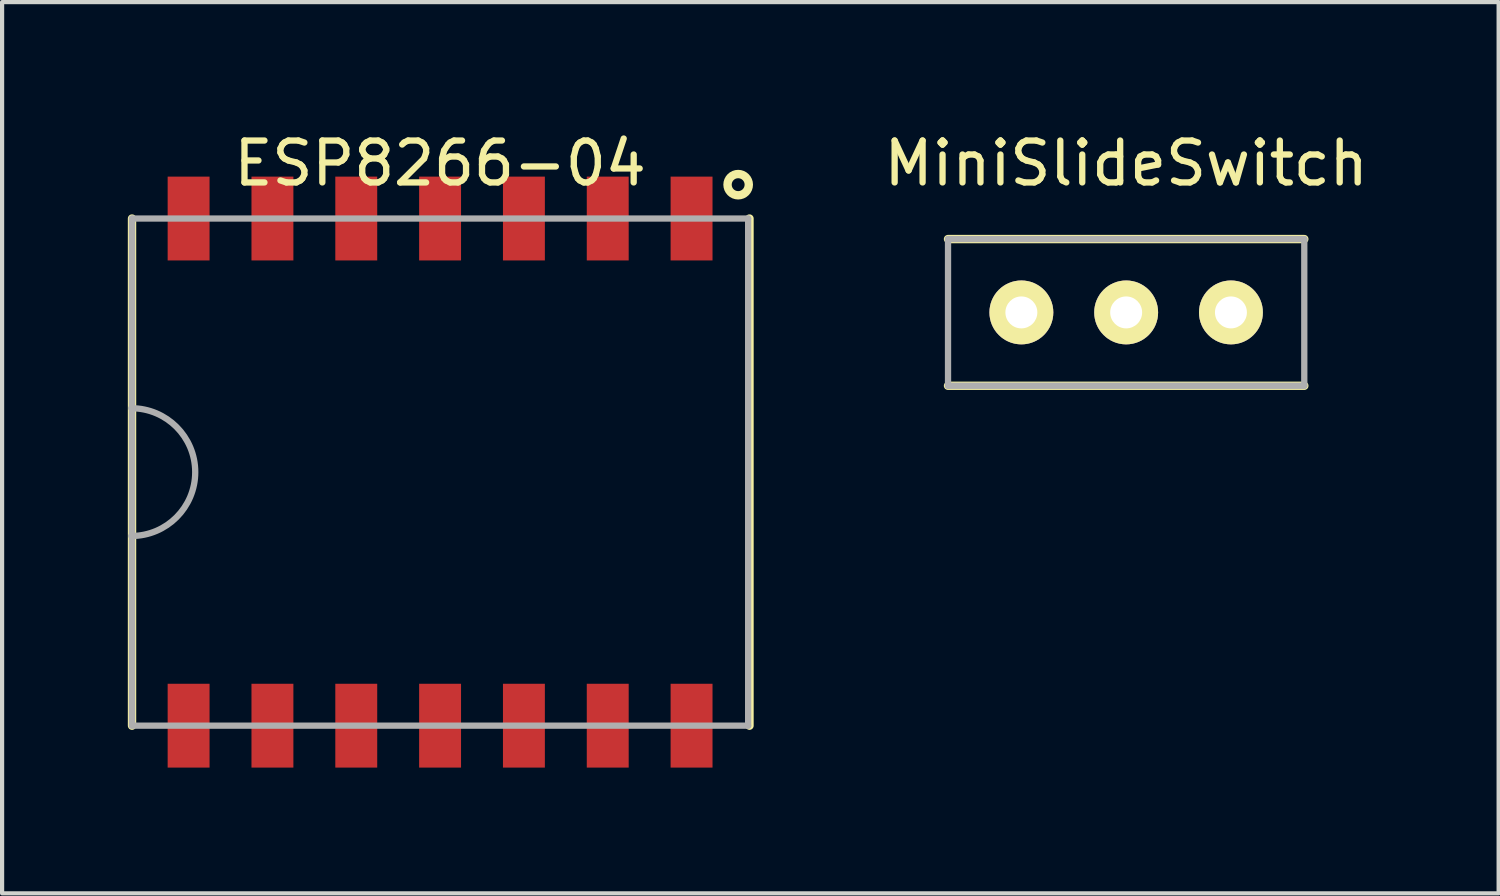
<source format=kicad_pcb>
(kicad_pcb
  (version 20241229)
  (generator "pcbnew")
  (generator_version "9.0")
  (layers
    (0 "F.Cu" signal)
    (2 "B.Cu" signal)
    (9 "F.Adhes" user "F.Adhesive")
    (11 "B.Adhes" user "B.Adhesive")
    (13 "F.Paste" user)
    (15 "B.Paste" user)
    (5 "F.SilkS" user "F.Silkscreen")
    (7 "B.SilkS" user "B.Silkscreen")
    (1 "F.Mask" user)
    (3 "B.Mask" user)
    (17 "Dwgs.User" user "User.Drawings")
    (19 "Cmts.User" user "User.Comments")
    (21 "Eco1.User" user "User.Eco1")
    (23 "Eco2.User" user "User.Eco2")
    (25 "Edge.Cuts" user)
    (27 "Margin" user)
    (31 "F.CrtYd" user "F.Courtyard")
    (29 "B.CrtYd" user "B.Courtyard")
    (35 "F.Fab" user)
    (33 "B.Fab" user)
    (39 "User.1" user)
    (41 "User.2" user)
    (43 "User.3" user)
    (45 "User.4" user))
  (footprint "ESP8266-04"
    (layer "F.Cu")
    (at 7.45 8.214)
    (property "Reference" "ESP8266-04" (at 0 -7.366 0) (layer "F.SilkS") (effects (font (size 1 1) (thickness 0.15))))
    (attr through_hole)
    (fp_line (start -7.35 6.05) (end -7.35 -6.05) (stroke (width 0.2) (type solid)) (layer "F.SilkS"))
    (fp_line (start 7.382 6.05) (end 7.382 -6.05) (stroke (width 0.2) (type solid)) (layer "F.SilkS"))
    (fp_circle (center 7.112 -6.858) (end 7.366 -6.858) (stroke (width 0.2) (type solid)) (fill no) (layer "F.SilkS"))
    (fp_line (start -7.35 -6.05) (end 7.35 -6.05) (stroke (width 0.15) (type solid)) (layer "F.Fab"))
    (fp_line (start -7.35 6.05) (end -7.35 -6.05) (stroke (width 0.15) (type solid)) (layer "F.Fab"))
    (fp_line (start 7.35 -6.05) (end 7.35 6.05) (stroke (width 0.15) (type solid)) (layer "F.Fab"))
    (fp_line (start 7.35 6.05) (end -7.35 6.05) (stroke (width 0.15) (type solid)) (layer "F.Fab"))
    (fp_arc (start -7.366 -1.524) (mid -5.842 0) (end -7.366 1.524) (stroke (width 0.15) (type solid)) (layer "F.Fab"))
    (pad "1" smd rect (at 6 -6.05) (size 1 2) (layers "F.Cu" "F.Mask" "F.Paste"))
    (pad "2" smd rect (at 4 -6.05) (size 1 2) (layers "F.Cu" "F.Mask" "F.Paste"))
    (pad "3" smd rect (at 2 -6.05) (size 1 2) (layers "F.Cu" "F.Mask" "F.Paste"))
    (pad "4" smd rect (at 0 -6.05) (size 1 2) (layers "F.Cu" "F.Mask" "F.Paste"))
    (pad "5" smd rect (at -2 -6.05) (size 1 2) (layers "F.Cu" "F.Mask" "F.Paste"))
    (pad "6" smd rect (at -4 -6.05) (size 1 2) (layers "F.Cu" "F.Mask" "F.Paste"))
    (pad "7" smd rect (at -6 -6.05) (size 1 2) (layers "F.Cu" "F.Mask" "F.Paste"))
    (pad "8" smd rect (at -6 6.05) (size 1 2) (layers "F.Cu" "F.Mask" "F.Paste"))
    (pad "9" smd rect (at -4 6.05) (size 1 2) (layers "F.Cu" "F.Mask" "F.Paste"))
    (pad "10" smd rect (at -2 6.05) (size 1 2) (layers "F.Cu" "F.Mask" "F.Paste"))
    (pad "11" smd rect (at 0 6.05) (size 1 2) (layers "F.Cu" "F.Mask" "F.Paste"))
    (pad "12" smd rect (at 2 6.05) (size 1 2) (layers "F.Cu" "F.Mask" "F.Paste"))
    (pad "13" smd rect (at 4 6.05) (size 1 2) (layers "F.Cu" "F.Mask" "F.Paste"))
    (pad "14" smd rect (at 6 6.05) (size 1 2) (layers "F.Cu" "F.Mask" "F.Paste")))
  (footprint "MiniSlideSwitch"
    (layer "F.Cu")
    (at 23.819 4.404)
    (property "Reference" "MiniSlideSwitch" (at 0 -3.556 0) (layer "F.SilkS") (effects (font (size 1 1) (thickness 0.15))))
    (attr through_hole)
    (fp_line (start -4.25 -1.75) (end 4.25 -1.75) (stroke (width 0.2) (type solid)) (layer "F.SilkS"))
    (fp_line (start -4.25 1.75) (end 4.25 1.75) (stroke (width 0.2) (type solid)) (layer "F.SilkS"))
    (fp_line (start -4.25 -1.75) (end -4.25 1.75) (stroke (width 0.15) (type solid)) (layer "F.Fab"))
    (fp_line (start -4.25 -1.75) (end 4.25 -1.75) (stroke (width 0.15) (type solid)) (layer "F.Fab"))
    (fp_line (start -4.25 1.75) (end 4.25 1.75) (stroke (width 0.15) (type solid)) (layer "F.Fab"))
    (fp_line (start 4.25 -1.75) (end 4.25 1.75) (stroke (width 0.15) (type solid)) (layer "F.Fab"))
    (pad "1" thru_hole circle (at -2.5 0) (size 1.524 1.524) (drill 0.762) (layers "*.Cu" "*.Mask" "F.SilkS"))
    (pad "2" thru_hole circle (at 0 0) (size 1.524 1.524) (drill 0.762) (layers "*.Cu" "*.Mask" "F.SilkS"))
    (pad "3" thru_hole circle (at 2.5 0) (size 1.524 1.524) (drill 0.762) (layers "*.Cu" "*.Mask" "F.SilkS")))
  (gr_rect
    (start -3 -3)
    (end 32.706 18.264)
    (stroke (width 0.1) (type default))
    (fill no)
    (layer "Edge.Cuts")))
</source>
